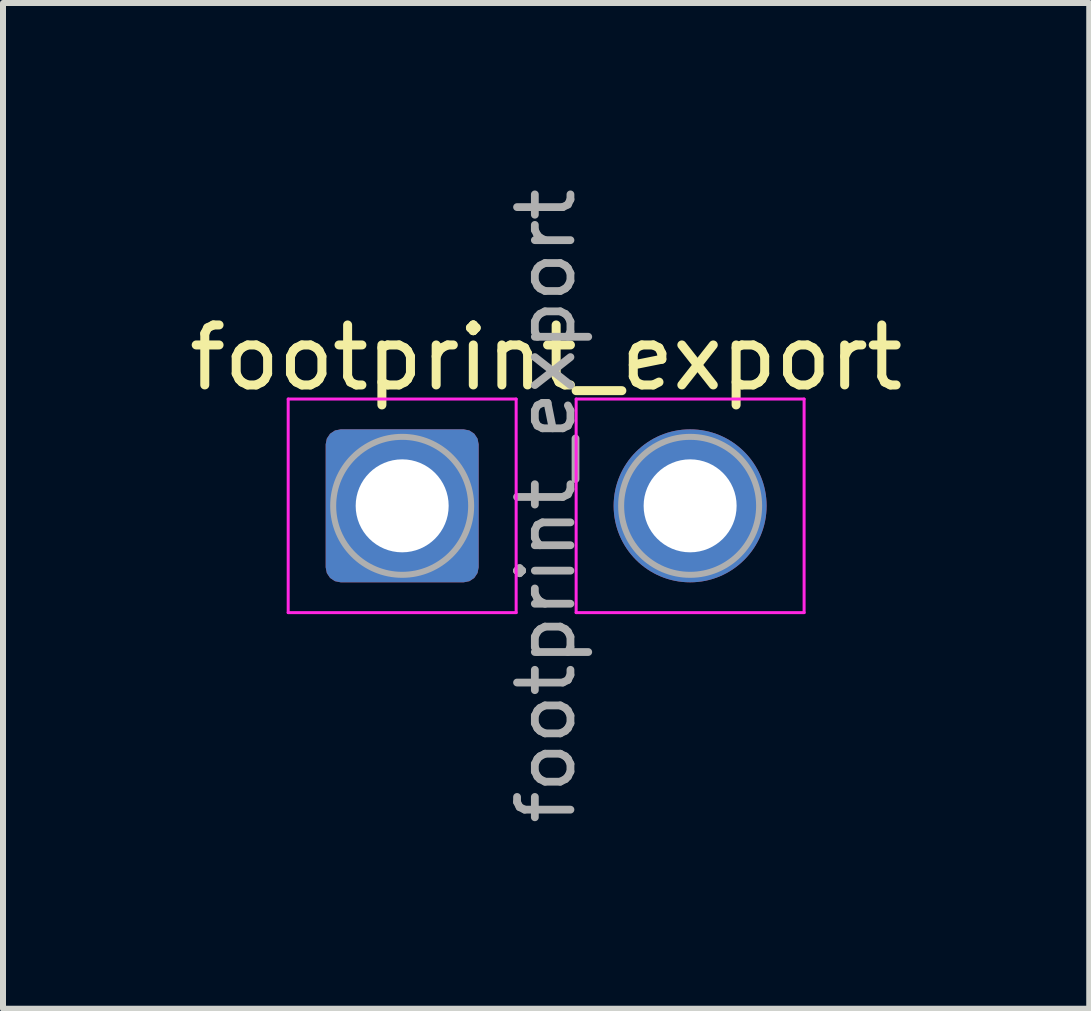
<source format=kicad_pcb>
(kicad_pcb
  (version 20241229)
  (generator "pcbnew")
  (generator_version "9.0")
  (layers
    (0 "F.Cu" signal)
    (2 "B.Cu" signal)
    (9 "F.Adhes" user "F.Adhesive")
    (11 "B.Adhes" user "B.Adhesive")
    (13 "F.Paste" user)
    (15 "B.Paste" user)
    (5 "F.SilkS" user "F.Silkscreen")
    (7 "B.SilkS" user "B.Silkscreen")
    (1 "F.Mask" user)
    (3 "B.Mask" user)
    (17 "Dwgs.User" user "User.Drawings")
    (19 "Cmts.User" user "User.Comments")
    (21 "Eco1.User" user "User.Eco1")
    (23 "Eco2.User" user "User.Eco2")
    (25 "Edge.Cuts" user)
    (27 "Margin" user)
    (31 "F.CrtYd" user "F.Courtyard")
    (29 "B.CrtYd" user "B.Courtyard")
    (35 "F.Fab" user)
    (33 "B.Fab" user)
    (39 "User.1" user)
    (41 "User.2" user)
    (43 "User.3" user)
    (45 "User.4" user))
  (footprint "footprint_export"
    (layer "F.Cu")
    (at 3.654 5.382)
    (property "Reference" "footprint_export" (at 2.4 -2.47 0) (layer "F.SilkS") (effects (font (size 1 1) (thickness 0.15))))
    (attr exclude_from_pos_files exclude_from_bom)
    (fp_line (start -1.9 -1.78) (end -1.9 1.78) (stroke (width 0.05) (type solid)) (layer "F.CrtYd"))
    (fp_line (start -1.9 1.78) (end 1.9 1.78) (stroke (width 0.05) (type solid)) (layer "F.CrtYd"))
    (fp_line (start 1.9 -1.78) (end -1.9 -1.78) (stroke (width 0.05) (type solid)) (layer "F.CrtYd"))
    (fp_line (start 1.9 1.78) (end 1.9 -1.78) (stroke (width 0.05) (type solid)) (layer "F.CrtYd"))
    (fp_line (start 2.9 -1.78) (end 2.9 1.78) (stroke (width 0.05) (type solid)) (layer "F.CrtYd"))
    (fp_line (start 2.9 1.78) (end 6.7 1.78) (stroke (width 0.05) (type solid)) (layer "F.CrtYd"))
    (fp_line (start 6.7 -1.78) (end 2.9 -1.78) (stroke (width 0.05) (type solid)) (layer "F.CrtYd"))
    (fp_line (start 6.7 1.78) (end 6.7 -1.78) (stroke (width 0.05) (type solid)) (layer "F.CrtYd"))
    (fp_circle (center 0 0) (end 1.15 0) (stroke (width 0.1) (type solid)) (fill no) (layer "F.Fab"))
    (fp_circle (center 4.8 0) (end 5.95 0) (stroke (width 0.1) (type solid)) (fill no) (layer "F.Fab"))
    (fp_text user "${REFERENCE}" (at 2.4 0 90) (layer "F.Fab") (effects (font (size 0.89 0.89) (thickness 0.13))))
    (pad "1" thru_hole roundrect (at 0 0) (size 2.55 2.55) (drill 1.55) (layers "*.Cu" "*.Mask") (roundrect_rratio 0.098))
    (pad "2" thru_hole circle (at 4.8 0) (size 2.55 2.55) (drill 1.55) (layers "*.Cu" "*.Mask")))
  (gr_rect
    (start -3 -3)
    (end 15.107 13.765)
    (stroke (width 0.1) (type default))
    (fill no)
    (layer "Edge.Cuts")))
</source>
